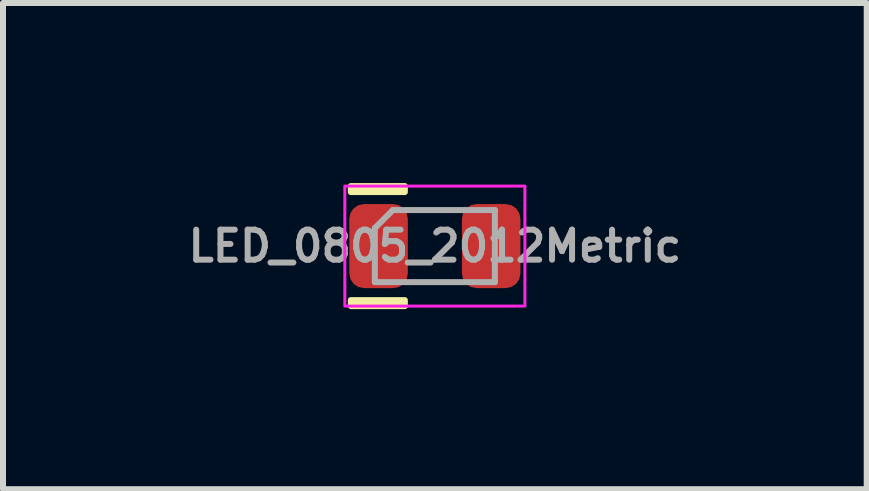
<source format=kicad_pcb>
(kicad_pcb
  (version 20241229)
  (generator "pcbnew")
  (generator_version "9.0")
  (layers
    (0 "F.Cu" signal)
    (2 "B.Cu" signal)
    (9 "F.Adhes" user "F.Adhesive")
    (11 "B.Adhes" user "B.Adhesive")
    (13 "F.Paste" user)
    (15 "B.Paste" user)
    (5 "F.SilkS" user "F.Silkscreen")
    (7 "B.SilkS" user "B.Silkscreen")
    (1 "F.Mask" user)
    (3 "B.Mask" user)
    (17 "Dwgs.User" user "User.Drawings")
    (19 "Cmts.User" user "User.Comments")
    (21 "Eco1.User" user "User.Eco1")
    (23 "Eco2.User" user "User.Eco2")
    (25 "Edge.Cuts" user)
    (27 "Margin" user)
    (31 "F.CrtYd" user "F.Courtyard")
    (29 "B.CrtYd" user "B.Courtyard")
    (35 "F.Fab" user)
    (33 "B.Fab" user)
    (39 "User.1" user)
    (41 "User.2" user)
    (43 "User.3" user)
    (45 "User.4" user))
  (footprint "LED_0805_2012Metric"
    (layer "F.Cu")
    (at 4.195 1.05)
    (property "Reference" "LED_0805_2012Metric" (at 0 0 0) (layer "F.Fab") (effects (font (size 0.5 0.5) (thickness 0.1))))
    (attr smd)
    (fp_rect (start -1.4 -1) (end -0.5 -0.9) (stroke (width 0.1) (type solid)) (fill yes) (layer "F.SilkS"))
    (fp_rect (start -1.4 0.9) (end -0.5 1) (stroke (width 0.1) (type solid)) (fill yes) (layer "F.SilkS"))
    (fp_rect (start -1.5 -1) (end 1.5 1) (stroke (width 0.05) (type solid)) (fill no) (layer "F.CrtYd"))
    (fp_line (start -1 -0.3) (end -1 0.6) (stroke (width 0.1) (type solid)) (layer "F.Fab"))
    (fp_line (start -1 0.6) (end 1 0.6) (stroke (width 0.1) (type solid)) (layer "F.Fab"))
    (fp_line (start -0.7 -0.6) (end -1 -0.3) (stroke (width 0.1) (type solid)) (layer "F.Fab"))
    (fp_line (start 1 -0.6) (end -0.7 -0.6) (stroke (width 0.1) (type solid)) (layer "F.Fab"))
    (fp_line (start 1 0.6) (end 1 -0.6) (stroke (width 0.1) (type solid)) (layer "F.Fab"))
    (pad "1" smd roundrect (at -0.938 0) (size 0.975 1.4) (layers "F.Cu" "F.Mask" "F.Paste") (roundrect_rratio 0.25))
    (pad "2" smd roundrect (at 0.938 0) (size 0.975 1.4) (layers "F.Cu" "F.Mask" "F.Paste") (roundrect_rratio 0.25)))
  (gr_rect
    (start -3 -3)
    (end 11.39 5.1)
    (stroke (width 0.1) (type default))
    (fill no)
    (layer "Edge.Cuts")))
</source>
